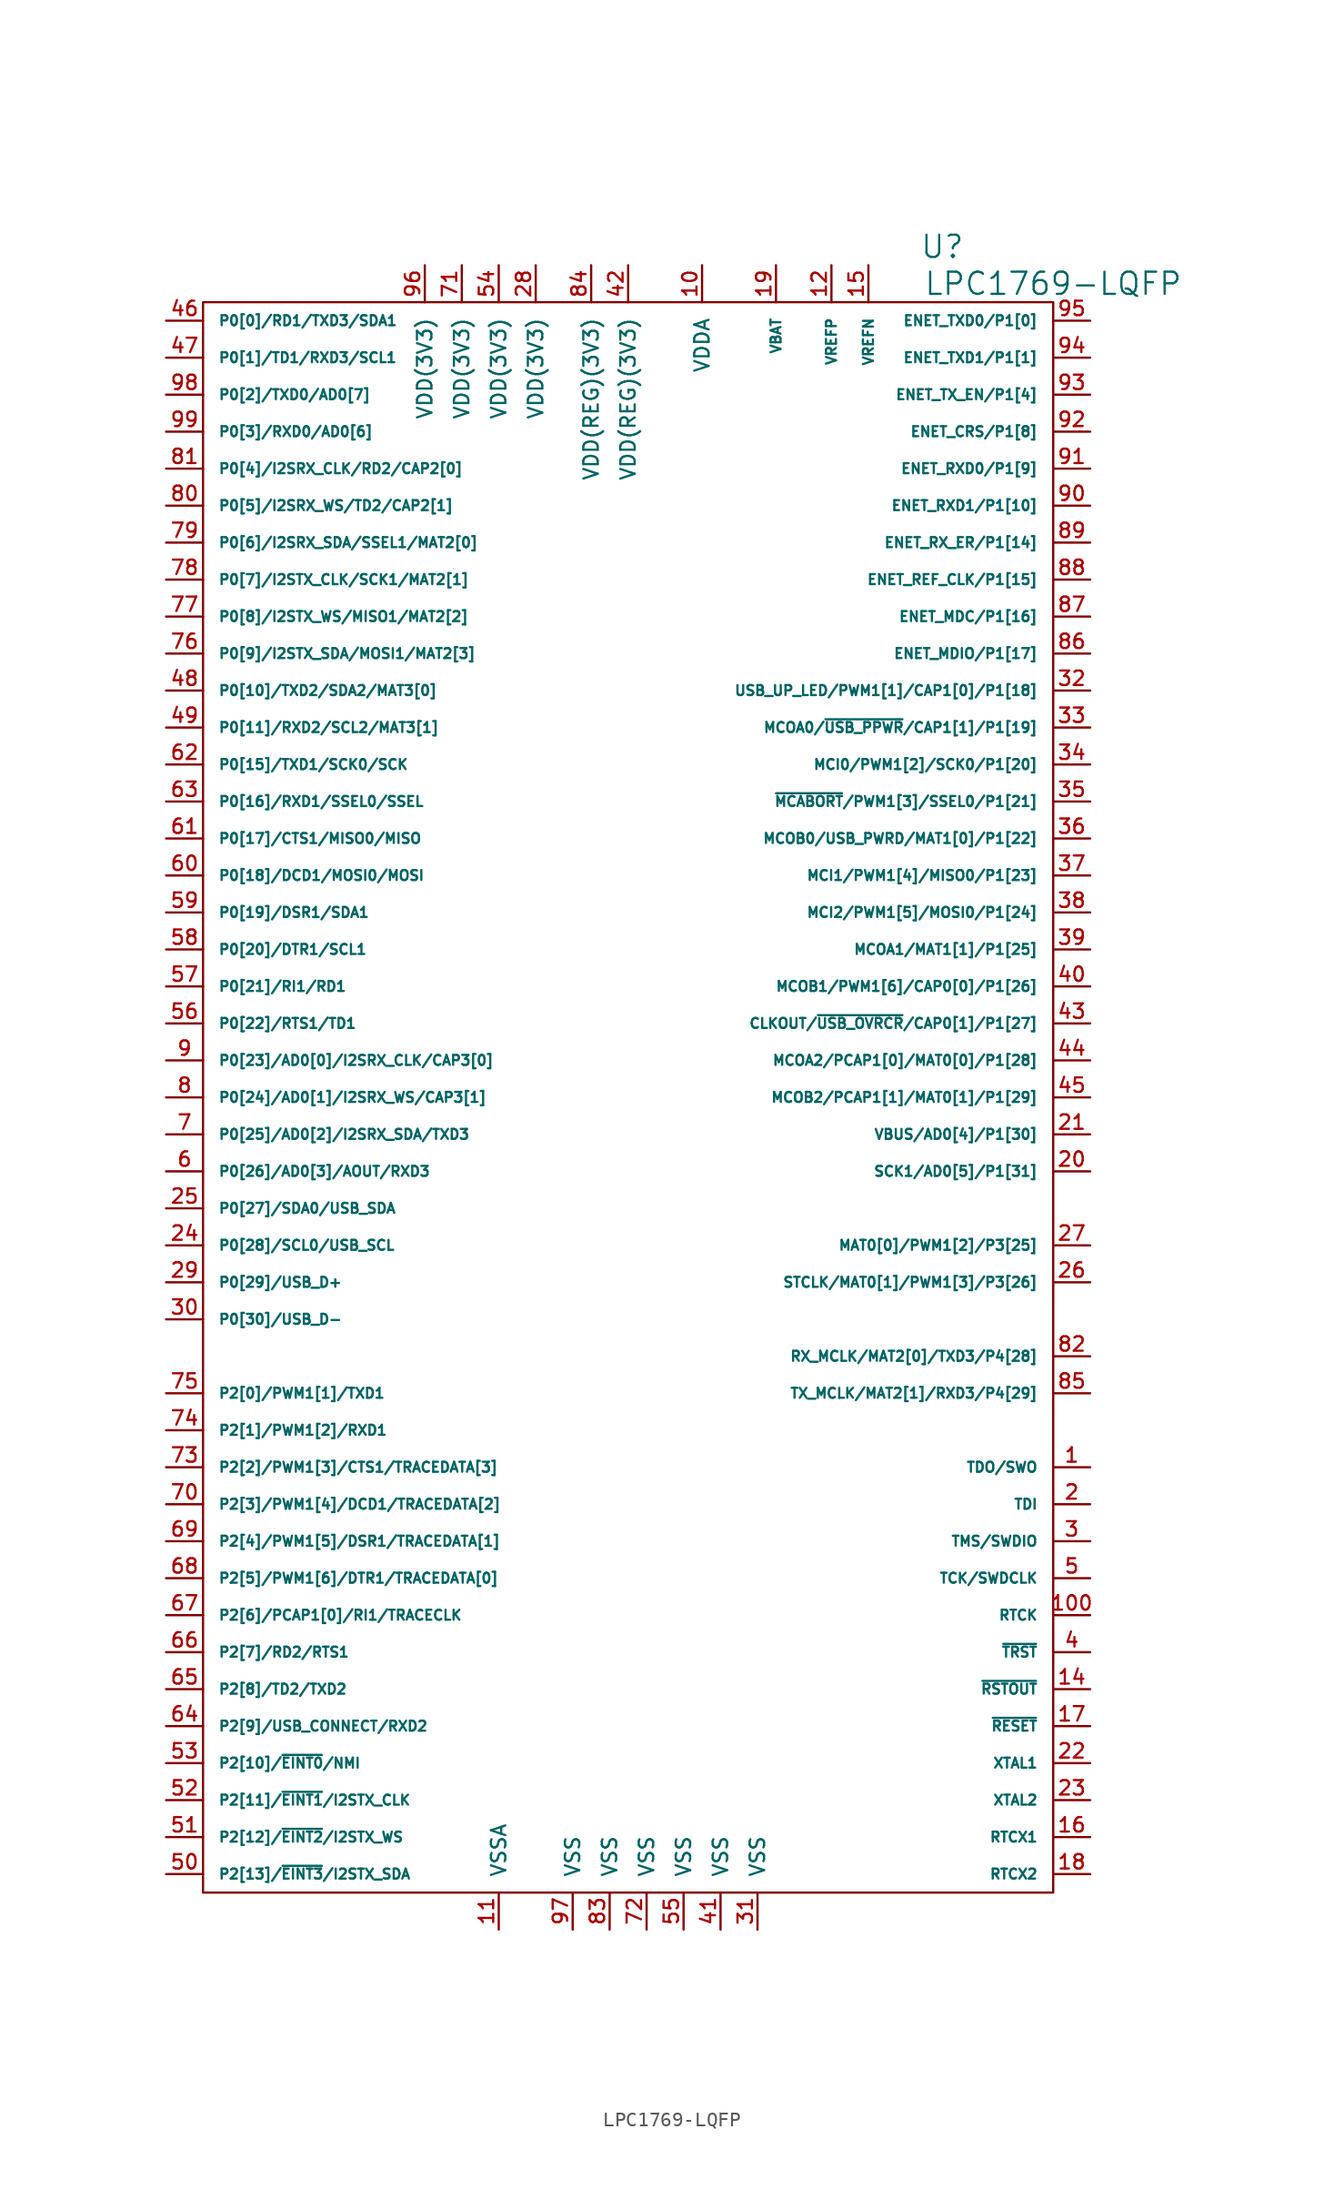
<source format=kicad_sym>
(kicad_symbol_lib
  (version 20220914)
  (generator kicad_symbol_editor)
  (symbol "LPC1769-LQFP"
    (pin_names
      (offset 1.016))
    (property "Reference" "U"
      (at 21.59 58.42 0)
      (effects (font (size 1.524 1.524))))
    (property "Value" "LPC1769-LQFP"
      (at 29.21 55.88 0)
      (effects (font (size 1.524 1.524))))
    (property "Footprint" ""
      (at 0 0 0)
      (effects (font (size 1.524 1.524))))
    (property "Datasheet" ""
      (at 0 0 0)
      (effects (font (size 1.524 1.524))))
    (symbol "LPC1769-LQFP_0_1"
      (rectangle (start 29.21 -54.61) (end -29.21 54.61) (stroke (width 0) (type solid)) (fill (type none))))
    (symbol "LPC1769-LQFP_1_1"
      (pin passive line (at 31.75 -25.4 180) (length 2.54) (name "TDO/SWO" (effects (font (size 0.686 0.686)))) (number "1" (effects (font (size 0.991 0.991)))))
      (pin passive line (at 5.08 57.15 270) (length 2.54) (name "VDDA" (effects (font (size 0.991 0.991)))) (number "10" (effects (font (size 0.991 0.991)))))
      (pin passive line (at 31.75 -35.56 180) (length 2.54) (name "RTCK" (effects (font (size 0.686 0.686)))) (number "100" (effects (font (size 0.991 0.991)))))
      (pin passive line (at -8.89 -57.15 90) (length 2.54) (name "VSSA" (effects (font (size 0.991 0.991)))) (number "11" (effects (font (size 0.991 0.991)))))
      (pin passive line (at 13.97 57.15 270) (length 2.54) (name "VREFP" (effects (font (size 0.686 0.686)))) (number "12" (effects (font (size 0.991 0.991)))))
      (pin passive line (at 31.75 -40.64 180) (length 2.54) (name "~{RSTOUT}" (effects (font (size 0.686 0.686)))) (number "14" (effects (font (size 0.991 0.991)))))
      (pin passive line (at 16.51 57.15 270) (length 2.54) (name "VREFN" (effects (font (size 0.686 0.686)))) (number "15" (effects (font (size 0.991 0.991)))))
      (pin passive line (at 31.75 -50.8 180) (length 2.54) (name "RTCX1" (effects (font (size 0.686 0.686)))) (number "16" (effects (font (size 0.991 0.991)))))
      (pin passive line (at 31.75 -43.18 180) (length 2.54) (name "~{RESET}" (effects (font (size 0.686 0.686)))) (number "17" (effects (font (size 0.991 0.991)))))
      (pin passive line (at 31.75 -53.34 180) (length 2.54) (name "RTCX2" (effects (font (size 0.686 0.686)))) (number "18" (effects (font (size 0.991 0.991)))))
      (pin passive line (at 10.16 57.15 270) (length 2.54) (name "VBAT" (effects (font (size 0.686 0.686)))) (number "19" (effects (font (size 0.991 0.991)))))
      (pin passive line (at 31.75 -27.94 180) (length 2.54) (name "TDI" (effects (font (size 0.686 0.686)))) (number "2" (effects (font (size 0.991 0.991)))))
      (pin passive line (at 31.75 -5.08 180) (length 2.54) (name "SCK1/AD0[5]/P1[31]" (effects (font (size 0.686 0.686)))) (number "20" (effects (font (size 0.991 0.991)))))
      (pin passive line (at 31.75 -2.54 180) (length 2.54) (name "VBUS/AD0[4]/P1[30]" (effects (font (size 0.686 0.686)))) (number "21" (effects (font (size 0.991 0.991)))))
      (pin passive line (at 31.75 -45.72 180) (length 2.54) (name "XTAL1" (effects (font (size 0.686 0.686)))) (number "22" (effects (font (size 0.991 0.991)))))
      (pin passive line (at 31.75 -48.26 180) (length 2.54) (name "XTAL2" (effects (font (size 0.686 0.686)))) (number "23" (effects (font (size 0.991 0.991)))))
      (pin passive line (at -31.75 -10.16 0) (length 2.54) (name "P0[28]/SCL0/USB_SCL" (effects (font (size 0.686 0.686)))) (number "24" (effects (font (size 0.991 0.991)))))
      (pin passive line (at -31.75 -7.62 0) (length 2.54) (name "P0[27]/SDA0/USB_SDA" (effects (font (size 0.686 0.686)))) (number "25" (effects (font (size 0.991 0.991)))))
      (pin passive line (at 31.75 -12.7 180) (length 2.54) (name "STCLK/MAT0[1]/PWM1[3]/P3[26]" (effects (font (size 0.686 0.686)))) (number "26" (effects (font (size 0.991 0.991)))))
      (pin passive line (at 31.75 -10.16 180) (length 2.54) (name "MAT0[0]/PWM1[2]/P3[25]" (effects (font (size 0.686 0.686)))) (number "27" (effects (font (size 0.991 0.991)))))
      (pin passive line (at -6.35 57.15 270) (length 2.54) (name "VDD(3V3)" (effects (font (size 0.991 0.991)))) (number "28" (effects (font (size 0.991 0.991)))))
      (pin passive line (at -31.75 -12.7 0) (length 2.54) (name "P0[29]/USB_D+" (effects (font (size 0.686 0.686)))) (number "29" (effects (font (size 0.991 0.991)))))
      (pin passive line (at 31.75 -30.48 180) (length 2.54) (name "TMS/SWDIO" (effects (font (size 0.686 0.686)))) (number "3" (effects (font (size 0.991 0.991)))))
      (pin passive line (at -31.75 -15.24 0) (length 2.54) (name "P0[30]/USB_D-" (effects (font (size 0.686 0.686)))) (number "30" (effects (font (size 0.991 0.991)))))
      (pin passive line (at 8.89 -57.15 90) (length 2.54) (name "VSS" (effects (font (size 0.991 0.991)))) (number "31" (effects (font (size 0.991 0.991)))))
      (pin passive line (at 31.75 27.94 180) (length 2.54) (name "USB_UP_LED/PWM1[1]/CAP1[0]/P1[18]" (effects (font (size 0.686 0.686)))) (number "32" (effects (font (size 0.991 0.991)))))
      (pin passive line (at 31.75 25.4 180) (length 2.54) (name "MCOA0/~{USB_PPWR}/CAP1[1]/P1[19]" (effects (font (size 0.686 0.686)))) (number "33" (effects (font (size 0.991 0.991)))))
      (pin passive line (at 31.75 22.86 180) (length 2.54) (name "MCI0/PWM1[2]/SCK0/P1[20]" (effects (font (size 0.686 0.686)))) (number "34" (effects (font (size 0.991 0.991)))))
      (pin passive line (at 31.75 20.32 180) (length 2.54) (name "~{MCABORT}/PWM1[3]/SSEL0/P1[21]" (effects (font (size 0.686 0.686)))) (number "35" (effects (font (size 0.991 0.991)))))
      (pin passive line (at 31.75 17.78 180) (length 2.54) (name "MCOB0/USB_PWRD/MAT1[0]/P1[22]" (effects (font (size 0.686 0.686)))) (number "36" (effects (font (size 0.991 0.991)))))
      (pin passive line (at 31.75 15.24 180) (length 2.54) (name "MCI1/PWM1[4]/MISO0/P1[23]" (effects (font (size 0.686 0.686)))) (number "37" (effects (font (size 0.991 0.991)))))
      (pin passive line (at 31.75 12.7 180) (length 2.54) (name "MCI2/PWM1[5]/MOSI0/P1[24]" (effects (font (size 0.686 0.686)))) (number "38" (effects (font (size 0.991 0.991)))))
      (pin passive line (at 31.75 10.16 180) (length 2.54) (name "MCOA1/MAT1[1]/P1[25]" (effects (font (size 0.686 0.686)))) (number "39" (effects (font (size 0.991 0.991)))))
      (pin passive line (at 31.75 -38.1 180) (length 2.54) (name "~{TRST}" (effects (font (size 0.686 0.686)))) (number "4" (effects (font (size 0.991 0.991)))))
      (pin passive line (at 31.75 7.62 180) (length 2.54) (name "MCOB1/PWM1[6]/CAP0[0]/P1[26]" (effects (font (size 0.686 0.686)))) (number "40" (effects (font (size 0.991 0.991)))))
      (pin passive line (at 6.35 -57.15 90) (length 2.54) (name "VSS" (effects (font (size 0.991 0.991)))) (number "41" (effects (font (size 0.991 0.991)))))
      (pin passive line (at 0 57.15 270) (length 2.54) (name "VDD(REG)(3V3)" (effects (font (size 0.991 0.991)))) (number "42" (effects (font (size 0.991 0.991)))))
      (pin passive line (at 31.75 5.08 180) (length 2.54) (name "CLKOUT/~{USB_OVRCR}/CAP0[1]/P1[27]" (effects (font (size 0.686 0.686)))) (number "43" (effects (font (size 0.991 0.991)))))
      (pin passive line (at 31.75 2.54 180) (length 2.54) (name "MCOA2/PCAP1[0]/MAT0[0]/P1[28]" (effects (font (size 0.686 0.686)))) (number "44" (effects (font (size 0.991 0.991)))))
      (pin passive line (at 31.75 0 180) (length 2.54) (name "MCOB2/PCAP1[1]/MAT0[1]/P1[29]" (effects (font (size 0.686 0.686)))) (number "45" (effects (font (size 0.991 0.991)))))
      (pin passive line (at -31.75 53.34 0) (length 2.54) (name "P0[0]/RD1/TXD3/SDA1" (effects (font (size 0.686 0.686)))) (number "46" (effects (font (size 0.991 0.991)))))
      (pin passive line (at -31.75 50.8 0) (length 2.54) (name "P0[1]/TD1/RXD3/SCL1" (effects (font (size 0.686 0.686)))) (number "47" (effects (font (size 0.991 0.991)))))
      (pin passive line (at -31.75 27.94 0) (length 2.54) (name "P0[10]/TXD2/SDA2/MAT3[0]" (effects (font (size 0.686 0.686)))) (number "48" (effects (font (size 0.991 0.991)))))
      (pin passive line (at -31.75 25.4 0) (length 2.54) (name "P0[11]/RXD2/SCL2/MAT3[1]" (effects (font (size 0.686 0.686)))) (number "49" (effects (font (size 0.991 0.991)))))
      (pin passive line (at 31.75 -33.02 180) (length 2.54) (name "TCK/SWDCLK" (effects (font (size 0.686 0.686)))) (number "5" (effects (font (size 0.991 0.991)))))
      (pin passive line (at -31.75 -53.34 0) (length 2.54) (name "P2[13]/~{EINT3}/I2STX_SDA" (effects (font (size 0.686 0.686)))) (number "50" (effects (font (size 0.991 0.991)))))
      (pin passive line (at -31.75 -50.8 0) (length 2.54) (name "P2[12]/~{EINT2}/I2STX_WS" (effects (font (size 0.686 0.686)))) (number "51" (effects (font (size 0.991 0.991)))))
      (pin passive line (at -31.75 -48.26 0) (length 2.54) (name "P2[11]/~{EINT1}/I2STX_CLK" (effects (font (size 0.686 0.686)))) (number "52" (effects (font (size 0.991 0.991)))))
      (pin passive line (at -31.75 -45.72 0) (length 2.54) (name "P2[10]/~{EINT0}/NMI" (effects (font (size 0.686 0.686)))) (number "53" (effects (font (size 0.991 0.991)))))
      (pin passive line (at -8.89 57.15 270) (length 2.54) (name "VDD(3V3)" (effects (font (size 0.991 0.991)))) (number "54" (effects (font (size 0.991 0.991)))))
      (pin passive line (at 3.81 -57.15 90) (length 2.54) (name "VSS" (effects (font (size 0.991 0.991)))) (number "55" (effects (font (size 0.991 0.991)))))
      (pin passive line (at -31.75 5.08 0) (length 2.54) (name "P0[22]/RTS1/TD1" (effects (font (size 0.686 0.686)))) (number "56" (effects (font (size 0.991 0.991)))))
      (pin passive line (at -31.75 7.62 0) (length 2.54) (name "P0[21]/RI1/RD1" (effects (font (size 0.686 0.686)))) (number "57" (effects (font (size 0.991 0.991)))))
      (pin passive line (at -31.75 10.16 0) (length 2.54) (name "P0[20]/DTR1/SCL1" (effects (font (size 0.686 0.686)))) (number "58" (effects (font (size 0.991 0.991)))))
      (pin passive line (at -31.75 12.7 0) (length 2.54) (name "P0[19]/DSR1/SDA1" (effects (font (size 0.686 0.686)))) (number "59" (effects (font (size 0.991 0.991)))))
      (pin passive line (at -31.75 -5.08 0) (length 2.54) (name "P0[26]/AD0[3]/AOUT/RXD3" (effects (font (size 0.686 0.686)))) (number "6" (effects (font (size 0.991 0.991)))))
      (pin passive line (at -31.75 15.24 0) (length 2.54) (name "P0[18]/DCD1/MOSI0/MOSI" (effects (font (size 0.686 0.686)))) (number "60" (effects (font (size 0.991 0.991)))))
      (pin passive line (at -31.75 17.78 0) (length 2.54) (name "P0[17]/CTS1/MISO0/MISO" (effects (font (size 0.686 0.686)))) (number "61" (effects (font (size 0.991 0.991)))))
      (pin passive line (at -31.75 22.86 0) (length 2.54) (name "P0[15]/TXD1/SCK0/SCK" (effects (font (size 0.686 0.686)))) (number "62" (effects (font (size 0.991 0.991)))))
      (pin passive line (at -31.75 20.32 0) (length 2.54) (name "P0[16]/RXD1/SSEL0/SSEL" (effects (font (size 0.686 0.686)))) (number "63" (effects (font (size 0.991 0.991)))))
      (pin passive line (at -31.75 -43.18 0) (length 2.54) (name "P2[9]/USB_CONNECT/RXD2" (effects (font (size 0.686 0.686)))) (number "64" (effects (font (size 0.991 0.991)))))
      (pin passive line (at -31.75 -40.64 0) (length 2.54) (name "P2[8]/TD2/TXD2" (effects (font (size 0.686 0.686)))) (number "65" (effects (font (size 0.991 0.991)))))
      (pin passive line (at -31.75 -38.1 0) (length 2.54) (name "P2[7]/RD2/RTS1" (effects (font (size 0.686 0.686)))) (number "66" (effects (font (size 0.991 0.991)))))
      (pin passive line (at -31.75 -35.56 0) (length 2.54) (name "P2[6]/PCAP1[0]/RI1/TRACECLK" (effects (font (size 0.686 0.686)))) (number "67" (effects (font (size 0.991 0.991)))))
      (pin passive line (at -31.75 -33.02 0) (length 2.54) (name "P2[5]/PWM1[6]/DTR1/TRACEDATA[0]" (effects (font (size 0.686 0.686)))) (number "68" (effects (font (size 0.991 0.991)))))
      (pin passive line (at -31.75 -30.48 0) (length 2.54) (name "P2[4]/PWM1[5]/DSR1/TRACEDATA[1]" (effects (font (size 0.686 0.686)))) (number "69" (effects (font (size 0.991 0.991)))))
      (pin passive line (at -31.75 -2.54 0) (length 2.54) (name "P0[25]/AD0[2]/I2SRX_SDA/TXD3" (effects (font (size 0.686 0.686)))) (number "7" (effects (font (size 0.991 0.991)))))
      (pin passive line (at -31.75 -27.94 0) (length 2.54) (name "P2[3]/PWM1[4]/DCD1/TRACEDATA[2]" (effects (font (size 0.686 0.686)))) (number "70" (effects (font (size 0.991 0.991)))))
      (pin passive line (at -11.43 57.15 270) (length 2.54) (name "VDD(3V3)" (effects (font (size 0.991 0.991)))) (number "71" (effects (font (size 0.991 0.991)))))
      (pin passive line (at 1.27 -57.15 90) (length 2.54) (name "VSS" (effects (font (size 0.991 0.991)))) (number "72" (effects (font (size 0.991 0.991)))))
      (pin passive line (at -31.75 -25.4 0) (length 2.54) (name "P2[2]/PWM1[3]/CTS1/TRACEDATA[3]" (effects (font (size 0.686 0.686)))) (number "73" (effects (font (size 0.991 0.991)))))
      (pin passive line (at -31.75 -22.86 0) (length 2.54) (name "P2[1]/PWM1[2]/RXD1" (effects (font (size 0.686 0.686)))) (number "74" (effects (font (size 0.991 0.991)))))
      (pin passive line (at -31.75 -20.32 0) (length 2.54) (name "P2[0]/PWM1[1]/TXD1" (effects (font (size 0.686 0.686)))) (number "75" (effects (font (size 0.991 0.991)))))
      (pin passive line (at -31.75 30.48 0) (length 2.54) (name "P0[9]/I2STX_SDA/MOSI1/MAT2[3]" (effects (font (size 0.686 0.686)))) (number "76" (effects (font (size 0.991 0.991)))))
      (pin passive line (at -31.75 33.02 0) (length 2.54) (name "P0[8]/I2STX_WS/MISO1/MAT2[2]" (effects (font (size 0.686 0.686)))) (number "77" (effects (font (size 0.991 0.991)))))
      (pin passive line (at -31.75 35.56 0) (length 2.54) (name "P0[7]/I2STX_CLK/SCK1/MAT2[1]" (effects (font (size 0.686 0.686)))) (number "78" (effects (font (size 0.991 0.991)))))
      (pin passive line (at -31.75 38.1 0) (length 2.54) (name "P0[6]/I2SRX_SDA/SSEL1/MAT2[0]" (effects (font (size 0.686 0.686)))) (number "79" (effects (font (size 0.991 0.991)))))
      (pin passive line (at -31.75 0 0) (length 2.54) (name "P0[24]/AD0[1]/I2SRX_WS/CAP3[1]" (effects (font (size 0.686 0.686)))) (number "8" (effects (font (size 0.991 0.991)))))
      (pin passive line (at -31.75 40.64 0) (length 2.54) (name "P0[5]/I2SRX_WS/TD2/CAP2[1]" (effects (font (size 0.686 0.686)))) (number "80" (effects (font (size 0.991 0.991)))))
      (pin passive line (at -31.75 43.18 0) (length 2.54) (name "P0[4]/I2SRX_CLK/RD2/CAP2[0]" (effects (font (size 0.686 0.686)))) (number "81" (effects (font (size 0.991 0.991)))))
      (pin passive line (at 31.75 -17.78 180) (length 2.54) (name "RX_MCLK/MAT2[0]/TXD3/P4[28]" (effects (font (size 0.686 0.686)))) (number "82" (effects (font (size 0.991 0.991)))))
      (pin passive line (at -1.27 -57.15 90) (length 2.54) (name "VSS" (effects (font (size 0.991 0.991)))) (number "83" (effects (font (size 0.991 0.991)))))
      (pin passive line (at -2.54 57.15 270) (length 2.54) (name "VDD(REG)(3V3)" (effects (font (size 0.991 0.991)))) (number "84" (effects (font (size 0.991 0.991)))))
      (pin passive line (at 31.75 -20.32 180) (length 2.54) (name "TX_MCLK/MAT2[1]/RXD3/P4[29]" (effects (font (size 0.686 0.686)))) (number "85" (effects (font (size 0.991 0.991)))))
      (pin passive line (at 31.75 30.48 180) (length 2.54) (name "ENET_MDIO/P1[17]" (effects (font (size 0.686 0.686)))) (number "86" (effects (font (size 0.991 0.991)))))
      (pin passive line (at 31.75 33.02 180) (length 2.54) (name "ENET_MDC/P1[16]" (effects (font (size 0.686 0.686)))) (number "87" (effects (font (size 0.991 0.991)))))
      (pin passive line (at 31.75 35.56 180) (length 2.54) (name "ENET_REF_CLK/P1[15]" (effects (font (size 0.686 0.686)))) (number "88" (effects (font (size 0.991 0.991)))))
      (pin passive line (at 31.75 38.1 180) (length 2.54) (name "ENET_RX_ER/P1[14]" (effects (font (size 0.686 0.686)))) (number "89" (effects (font (size 0.991 0.991)))))
      (pin passive line (at -31.75 2.54 0) (length 2.54) (name "P0[23]/AD0[0]/I2SRX_CLK/CAP3[0]" (effects (font (size 0.686 0.686)))) (number "9" (effects (font (size 0.991 0.991)))))
      (pin passive line (at 31.75 40.64 180) (length 2.54) (name "ENET_RXD1/P1[10]" (effects (font (size 0.686 0.686)))) (number "90" (effects (font (size 0.991 0.991)))))
      (pin passive line (at 31.75 43.18 180) (length 2.54) (name "ENET_RXD0/P1[9]" (effects (font (size 0.686 0.686)))) (number "91" (effects (font (size 0.991 0.991)))))
      (pin passive line (at 31.75 45.72 180) (length 2.54) (name "ENET_CRS/P1[8]" (effects (font (size 0.686 0.686)))) (number "92" (effects (font (size 0.991 0.991)))))
      (pin passive line (at 31.75 48.26 180) (length 2.54) (name "ENET_TX_EN/P1[4]" (effects (font (size 0.686 0.686)))) (number "93" (effects (font (size 0.991 0.991)))))
      (pin passive line (at 31.75 50.8 180) (length 2.54) (name "ENET_TXD1/P1[1]" (effects (font (size 0.686 0.686)))) (number "94" (effects (font (size 0.991 0.991)))))
      (pin passive line (at 31.75 53.34 180) (length 2.54) (name "ENET_TXD0/P1[0]" (effects (font (size 0.686 0.686)))) (number "95" (effects (font (size 0.991 0.991)))))
      (pin passive line (at -13.97 57.15 270) (length 2.54) (name "VDD(3V3)" (effects (font (size 0.991 0.991)))) (number "96" (effects (font (size 0.991 0.991)))))
      (pin passive line (at -3.81 -57.15 90) (length 2.54) (name "VSS" (effects (font (size 0.991 0.991)))) (number "97" (effects (font (size 0.991 0.991)))))
      (pin passive line (at -31.75 48.26 0) (length 2.54) (name "P0[2]/TXD0/AD0[7]" (effects (font (size 0.686 0.686)))) (number "98" (effects (font (size 0.991 0.991)))))
      (pin passive line (at -31.75 45.72 0) (length 2.54) (name "P0[3]/RXD0/AD0[6]" (effects (font (size 0.686 0.686)))) (number "99" (effects (font (size 0.991 0.991))))))))
</source>
